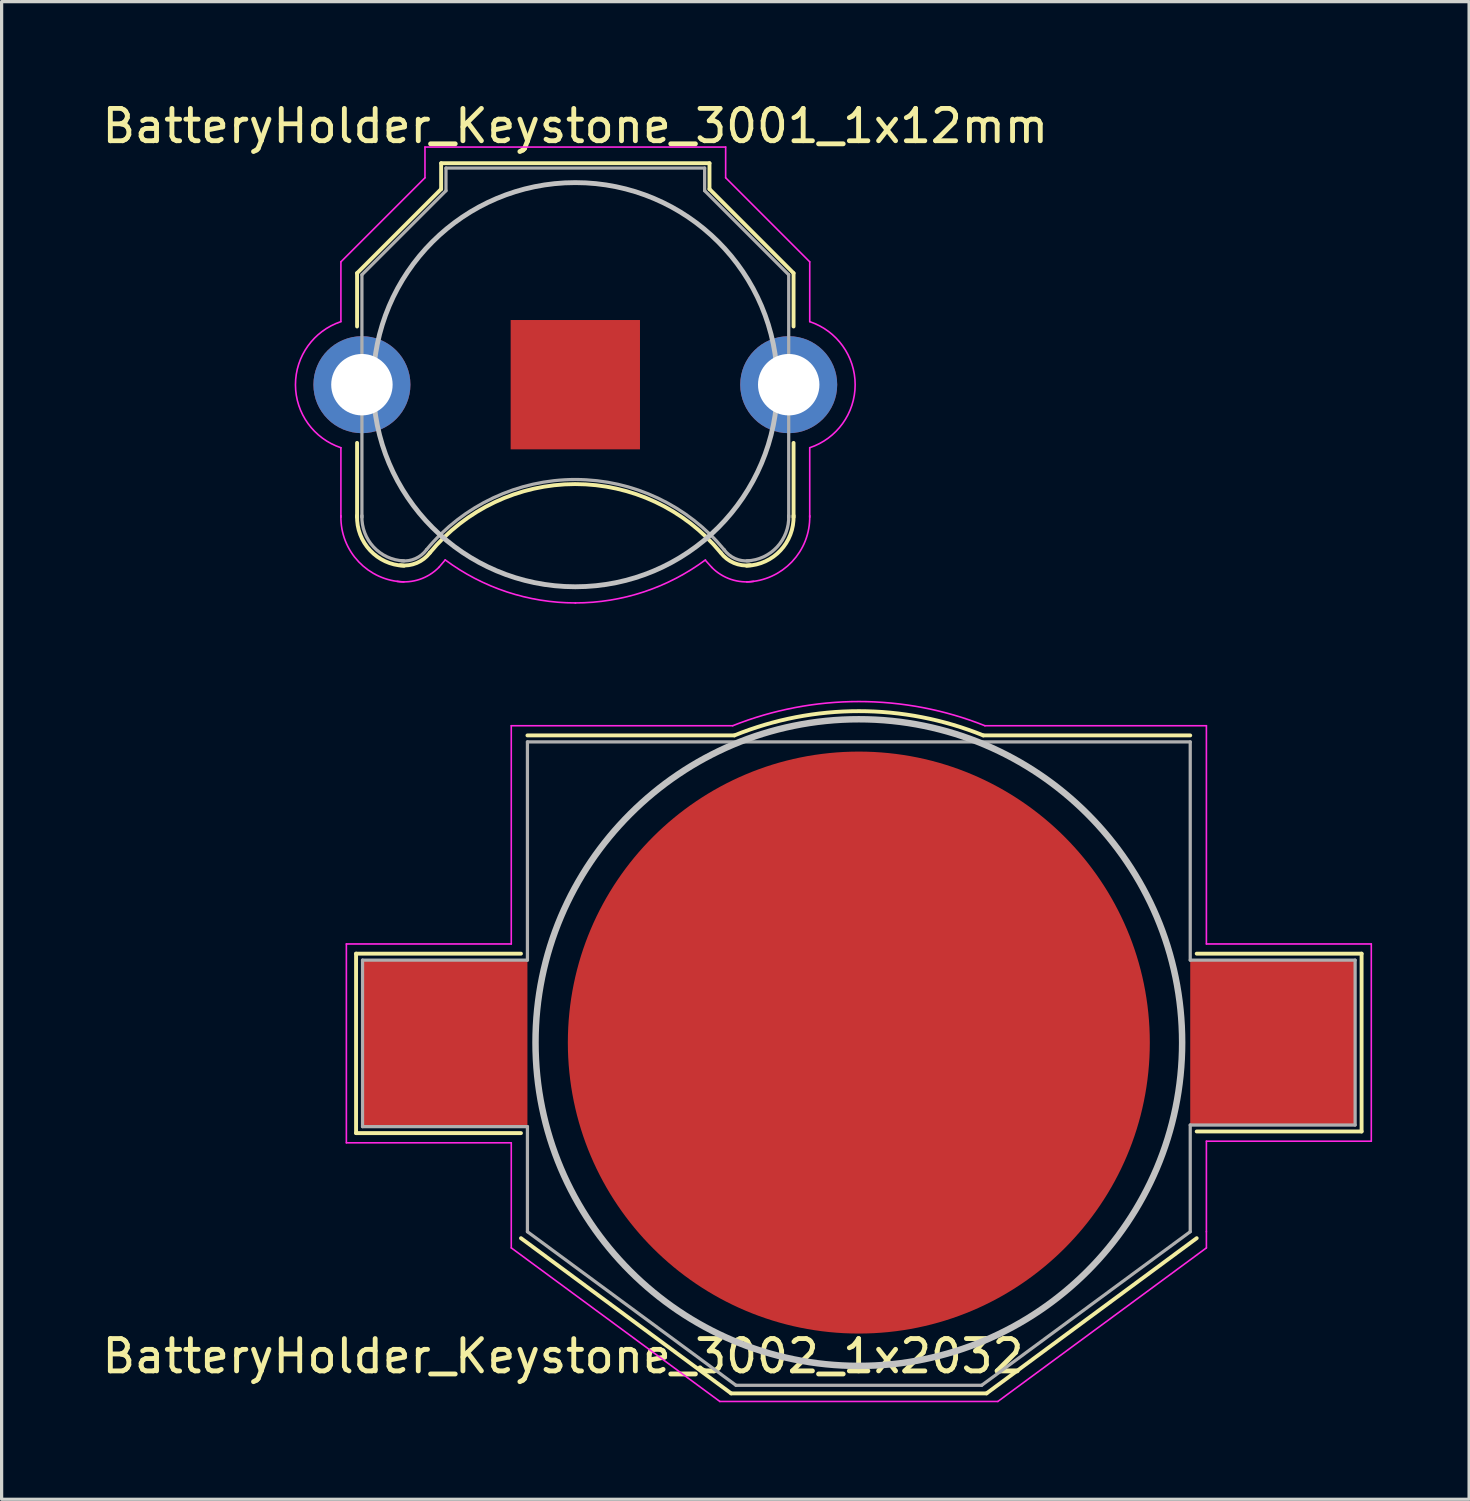
<source format=kicad_pcb>
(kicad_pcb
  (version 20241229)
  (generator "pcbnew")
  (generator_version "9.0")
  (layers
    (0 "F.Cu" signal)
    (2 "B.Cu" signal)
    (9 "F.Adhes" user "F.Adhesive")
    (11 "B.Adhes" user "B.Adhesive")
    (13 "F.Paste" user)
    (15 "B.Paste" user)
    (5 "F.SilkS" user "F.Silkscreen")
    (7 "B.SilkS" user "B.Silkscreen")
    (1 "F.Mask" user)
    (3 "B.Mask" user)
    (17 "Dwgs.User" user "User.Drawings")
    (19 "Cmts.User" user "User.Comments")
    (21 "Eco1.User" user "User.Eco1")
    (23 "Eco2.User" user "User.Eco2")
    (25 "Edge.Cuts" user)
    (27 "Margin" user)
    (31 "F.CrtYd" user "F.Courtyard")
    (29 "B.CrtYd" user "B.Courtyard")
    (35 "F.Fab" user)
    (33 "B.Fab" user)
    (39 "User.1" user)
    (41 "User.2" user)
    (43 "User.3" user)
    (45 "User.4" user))
  (footprint "BatteryHolder_Keystone_3001_1x12mm"
    (layer "F.Cu")
    (at 14.744 8.848)
    (property "Reference" "BatteryHolder_Keystone_3001_1x12mm" (at 0 -8 0) (layer "F.SilkS") (effects (font (size 1 1) (thickness 0.15))))
    (attr through_hole)
    (fp_line (start -6.75 -3.45) (end -4.15 -6.05) (stroke (width 0.12) (type solid)) (layer "F.SilkS"))
    (fp_line (start -6.75 -1.8) (end -6.75 -3.45) (stroke (width 0.12) (type solid)) (layer "F.SilkS"))
    (fp_line (start -6.75 1.8) (end -6.75 4.1) (stroke (width 0.12) (type solid)) (layer "F.SilkS"))
    (fp_line (start -4.15 -6.85) (end 4.15 -6.85) (stroke (width 0.12) (type solid)) (layer "F.SilkS"))
    (fp_line (start -4.15 -6.05) (end -4.15 -6.85) (stroke (width 0.12) (type solid)) (layer "F.SilkS"))
    (fp_line (start 4.15 -6.85) (end 4.15 -6.05) (stroke (width 0.12) (type solid)) (layer "F.SilkS"))
    (fp_line (start 4.15 -6.05) (end 6.75 -3.45) (stroke (width 0.12) (type solid)) (layer "F.SilkS"))
    (fp_line (start 6.75 -3.45) (end 6.75 -1.8) (stroke (width 0.12) (type solid)) (layer "F.SilkS"))
    (fp_line (start 6.75 1.8) (end 6.75 4.1) (stroke (width 0.12) (type solid)) (layer "F.SilkS"))
    (fp_arc (start -5.3 5.6) (mid -6.346016 5.125305) (end -6.75 4.05) (stroke (width 0.12) (type solid)) (layer "F.SilkS"))
    (fp_arc (start -4.5 5.2) (mid -4.90584 5.514615) (end -5.414615 5.58416) (stroke (width 0.12) (type solid)) (layer "F.SilkS"))
    (fp_arc (start -4.5 5.2) (mid -0.007341 3.0742) (end 4.490661 5.188671) (stroke (width 0.12) (type solid)) (layer "F.SilkS"))
    (fp_arc (start 5.414615 5.58416) (mid 4.90584 5.514615) (end 4.5 5.2) (stroke (width 0.12) (type solid)) (layer "F.SilkS"))
    (fp_arc (start 6.75 4.05) (mid 6.346016 5.125305) (end 5.3 5.6) (stroke (width 0.12) (type solid)) (layer "F.SilkS"))
    (fp_circle (center 0 0) (end 0 6.25) (stroke (width 0.15) (type solid)) (fill no) (layer "Dwgs.User"))
    (fp_line (start -7.25 -3.8) (end -4.65 -6.4) (stroke (width 0.05) (type solid)) (layer "F.CrtYd"))
    (fp_line (start -7.25 -1.95) (end -7.25 -3.8) (stroke (width 0.05) (type solid)) (layer "F.CrtYd"))
    (fp_line (start -7.25 1.95) (end -7.25 4.1) (stroke (width 0.05) (type solid)) (layer "F.CrtYd"))
    (fp_line (start -4.65 -7.35) (end 4.65 -7.35) (stroke (width 0.05) (type solid)) (layer "F.CrtYd"))
    (fp_line (start -4.65 -6.4) (end -4.65 -7.35) (stroke (width 0.05) (type solid)) (layer "F.CrtYd"))
    (fp_line (start 4.65 -6.4) (end 4.65 -7.35) (stroke (width 0.05) (type solid)) (layer "F.CrtYd"))
    (fp_line (start 7.25 -3.8) (end 4.65 -6.4) (stroke (width 0.05) (type solid)) (layer "F.CrtYd"))
    (fp_line (start 7.25 -1.95) (end 7.25 -3.8) (stroke (width 0.05) (type solid)) (layer "F.CrtYd"))
    (fp_line (start 7.25 1.95) (end 7.25 4.1) (stroke (width 0.05) (type solid)) (layer "F.CrtYd"))
    (fp_arc (start -7.25 1.95) (mid -8.655479 0.002334) (end -7.254426 -1.948519) (stroke (width 0.05) (type solid)) (layer "F.CrtYd"))
    (fp_arc (start -5.3 6.1) (mid -6.699569 5.478858) (end -7.25 4.05) (stroke (width 0.05) (type solid)) (layer "F.CrtYd"))
    (fp_arc (start -4.22 5.65) (mid -4.814553 6.021742) (end -5.513125 6.082436) (stroke (width 0.05) (type solid)) (layer "F.CrtYd"))
    (fp_arc (start -4.22 5.65) (mid -4.123743 5.534157) (end -4.024388 5.42096) (stroke (width 0.05) (type solid)) (layer "F.CrtYd"))
    (fp_arc (start 0 6.75) (mid -2.119449 6.408622) (end -4.024518 5.419018) (stroke (width 0.05) (type solid)) (layer "F.CrtYd"))
    (fp_arc (start 4.024518 5.419018) (mid 2.119449 6.408622) (end 0 6.75) (stroke (width 0.05) (type solid)) (layer "F.CrtYd"))
    (fp_arc (start 4.02471 5.432858) (mid 4.123824 5.540108) (end 4.22 5.65) (stroke (width 0.05) (type solid)) (layer "F.CrtYd"))
    (fp_arc (start 5.513125 6.082436) (mid 4.814553 6.021742) (end 4.22 5.65) (stroke (width 0.05) (type solid)) (layer "F.CrtYd"))
    (fp_arc (start 7.25 4.05) (mid 6.699569 5.478858) (end 5.3 6.1) (stroke (width 0.05) (type solid)) (layer "F.CrtYd"))
    (fp_arc (start 7.254426 -1.948519) (mid 8.655479 0.002334) (end 7.25 1.95) (stroke (width 0.05) (type solid)) (layer "F.CrtYd"))
    (fp_line (start -6.6 -3.4) (end -6.6 4.1) (stroke (width 0.1) (type solid)) (layer "F.Fab"))
    (fp_line (start -4 -6.7) (end -4 -6) (stroke (width 0.1) (type solid)) (layer "F.Fab"))
    (fp_line (start -4 -6.7) (end 4 -6.7) (stroke (width 0.1) (type solid)) (layer "F.Fab"))
    (fp_line (start -4 -6) (end -6.6 -3.4) (stroke (width 0.1) (type solid)) (layer "F.Fab"))
    (fp_line (start 4 -6.7) (end 4 -6) (stroke (width 0.1) (type solid)) (layer "F.Fab"))
    (fp_line (start 4 -6) (end 6.6 -3.4) (stroke (width 0.1) (type solid)) (layer "F.Fab"))
    (fp_line (start 6.6 -3.4) (end 6.6 4.1) (stroke (width 0.1) (type solid)) (layer "F.Fab"))
    (fp_arc (start -5.3 5.45) (mid -6.239949 5.019239) (end -6.6 4.05) (stroke (width 0.1) (type solid)) (layer "F.Fab"))
    (fp_arc (start -4.6 5.1) (mid -4.942443 5.378013) (end -5.378013 5.447558) (stroke (width 0.1) (type solid)) (layer "F.Fab"))
    (fp_arc (start -4.6 5.1) (mid 0.006214 2.93343) (end 4.607905 5.109589) (stroke (width 0.1) (type solid)) (layer "F.Fab"))
    (fp_arc (start 5.378013 5.447558) (mid 4.942442 5.378013) (end 4.6 5.1) (stroke (width 0.1) (type solid)) (layer "F.Fab"))
    (fp_arc (start 6.6 4.05) (mid 6.239949 5.019239) (end 5.3 5.45) (stroke (width 0.1) (type solid)) (layer "F.Fab"))
    (pad "1" thru_hole circle (at -6.6 0) (size 3 3) (drill 1.9) (layers "*.Cu" "*.Mask"))
    (pad "1" thru_hole circle (at 6.6 0) (size 3 3) (drill 1.9) (layers "*.Cu" "*.Mask"))
    (pad "2" smd rect (at 0 0) (size 4 4) (layers "F.Cu" "F.Mask")))
  (footprint "BatteryHolder_Keystone_3002_1x2032"
    (layer "F.Cu")
    (at 23.513 29.196)
    (property "Reference" "BatteryHolder_Keystone_3002_1x2032" (at -9.15 9.7 0) (layer "F.SilkS") (effects (font (size 1 1) (thickness 0.15))))
    (attr through_hole)
    (fp_line (start -15.55 -2.75) (end -15.55 2.8) (stroke (width 0.12) (type solid)) (layer "F.SilkS"))
    (fp_line (start -15.55 2.8) (end -10.45 2.8) (stroke (width 0.12) (type solid)) (layer "F.SilkS"))
    (fp_line (start -10.45 -2.75) (end -15.55 -2.75) (stroke (width 0.12) (type solid)) (layer "F.SilkS"))
    (fp_line (start -10.45 6.05) (end -3.95 10.85) (stroke (width 0.12) (type solid)) (layer "F.SilkS"))
    (fp_line (start -10.25 -9.5) (end -3.85 -9.5) (stroke (width 0.12) (type solid)) (layer "F.SilkS"))
    (fp_line (start -3.95 10.85) (end 3.95 10.85) (stroke (width 0.12) (type solid)) (layer "F.SilkS"))
    (fp_line (start 3.95 10.85) (end 10.45 6.05) (stroke (width 0.12) (type solid)) (layer "F.SilkS"))
    (fp_line (start 10.25 -9.5) (end 3.85 -9.5) (stroke (width 0.12) (type solid)) (layer "F.SilkS"))
    (fp_line (start 10.45 2.75) (end 15.55 2.75) (stroke (width 0.12) (type solid)) (layer "F.SilkS"))
    (fp_line (start 15.55 -2.75) (end 10.45 -2.75) (stroke (width 0.12) (type solid)) (layer "F.SilkS"))
    (fp_line (start 15.55 2.75) (end 15.55 -2.75) (stroke (width 0.12) (type solid)) (layer "F.SilkS"))
    (fp_arc (start -3.846385 -9.501464) (mid 0.00195 -10.250487) (end 3.85 -9.5) (stroke (width 0.12) (type solid)) (layer "F.SilkS"))
    (fp_circle (center 0 0) (end 10 0) (stroke (width 0.2) (type solid)) (fill no) (layer "Dwgs.User"))
    (fp_line (start -15.85 -3.05) (end -10.75 -3.05) (stroke (width 0.05) (type solid)) (layer "F.CrtYd"))
    (fp_line (start -15.85 3.1) (end -15.85 -3.05) (stroke (width 0.05) (type solid)) (layer "F.CrtYd"))
    (fp_line (start -10.75 -9.8) (end -3.9 -9.8) (stroke (width 0.05) (type solid)) (layer "F.CrtYd"))
    (fp_line (start -10.75 -3.05) (end -10.75 -9.8) (stroke (width 0.05) (type solid)) (layer "F.CrtYd"))
    (fp_line (start -10.75 3.1) (end -15.85 3.1) (stroke (width 0.05) (type solid)) (layer "F.CrtYd"))
    (fp_line (start -10.75 6.35) (end -10.75 3.1) (stroke (width 0.05) (type solid)) (layer "F.CrtYd"))
    (fp_line (start -4.3 11.1) (end -10.75 6.35) (stroke (width 0.05) (type solid)) (layer "F.CrtYd"))
    (fp_line (start 4.3 11.1) (end -4.3 11.1) (stroke (width 0.05) (type solid)) (layer "F.CrtYd"))
    (fp_line (start 10.75 -9.8) (end 3.9 -9.8) (stroke (width 0.05) (type solid)) (layer "F.CrtYd"))
    (fp_line (start 10.75 -9.8) (end 10.75 -3.05) (stroke (width 0.05) (type solid)) (layer "F.CrtYd"))
    (fp_line (start 10.75 -3.05) (end 15.85 -3.05) (stroke (width 0.05) (type solid)) (layer "F.CrtYd"))
    (fp_line (start 10.75 3.05) (end 10.75 5.85) (stroke (width 0.05) (type solid)) (layer "F.CrtYd"))
    (fp_line (start 10.75 5.85) (end 10.75 6.35) (stroke (width 0.05) (type solid)) (layer "F.CrtYd"))
    (fp_line (start 10.75 6.35) (end 4.3 11.1) (stroke (width 0.05) (type solid)) (layer "F.CrtYd"))
    (fp_line (start 15.85 -3.05) (end 15.85 3.05) (stroke (width 0.05) (type solid)) (layer "F.CrtYd"))
    (fp_line (start 15.85 3.05) (end 10.75 3.05) (stroke (width 0.05) (type solid)) (layer "F.CrtYd"))
    (fp_arc (start -3.9 -9.8) (mid 0 -10.547512) (end 3.9 -9.8) (stroke (width 0.05) (type solid)) (layer "F.CrtYd"))
    (fp_line (start -15.35 -2.55) (end -15.35 2.6) (stroke (width 0.1) (type solid)) (layer "F.Fab"))
    (fp_line (start -15.35 -2.55) (end -10.25 -2.55) (stroke (width 0.1) (type solid)) (layer "F.Fab"))
    (fp_line (start -15.35 2.6) (end -10.25 2.6) (stroke (width 0.1) (type solid)) (layer "F.Fab"))
    (fp_line (start -10.25 -2.55) (end -10.25 -9.3) (stroke (width 0.1) (type solid)) (layer "F.Fab"))
    (fp_line (start -10.25 2.6) (end -10.25 5.85) (stroke (width 0.1) (type solid)) (layer "F.Fab"))
    (fp_line (start -10.25 5.85) (end -3.8 10.6) (stroke (width 0.1) (type solid)) (layer "F.Fab"))
    (fp_line (start -3.8 10.6) (end 3.8 10.6) (stroke (width 0.1) (type solid)) (layer "F.Fab"))
    (fp_line (start 10.25 -9.3) (end -10.25 -9.3) (stroke (width 0.1) (type solid)) (layer "F.Fab"))
    (fp_line (start 10.25 -2.55) (end 10.25 -9.3) (stroke (width 0.1) (type solid)) (layer "F.Fab"))
    (fp_line (start 10.25 2.55) (end 10.25 5.85) (stroke (width 0.1) (type solid)) (layer "F.Fab"))
    (fp_line (start 10.25 2.55) (end 15.35 2.55) (stroke (width 0.1) (type solid)) (layer "F.Fab"))
    (fp_line (start 10.25 5.85) (end 3.8 10.6) (stroke (width 0.1) (type solid)) (layer "F.Fab"))
    (fp_line (start 15.35 -2.55) (end 10.25 -2.55) (stroke (width 0.1) (type solid)) (layer "F.Fab"))
    (fp_line (start 15.35 2.55) (end 15.35 -2.55) (stroke (width 0.1) (type solid)) (layer "F.Fab"))
    (pad "1" smd rect (at -12.8 0) (size 5.1 5.1) (layers "F.Cu" "F.Mask" "F.Paste"))
    (pad "1" smd rect (at 12.8 0) (size 5.1 5.1) (layers "F.Cu" "F.Mask" "F.Paste"))
    (pad "2" smd circle (at 0 0) (size 18 18) (layers "F.Cu" "F.Mask")))
  (gr_rect
    (start -3 -3)
    (end 42.388 43.321)
    (stroke (width 0.1) (type default))
    (fill no)
    (layer "Edge.Cuts")))
</source>
